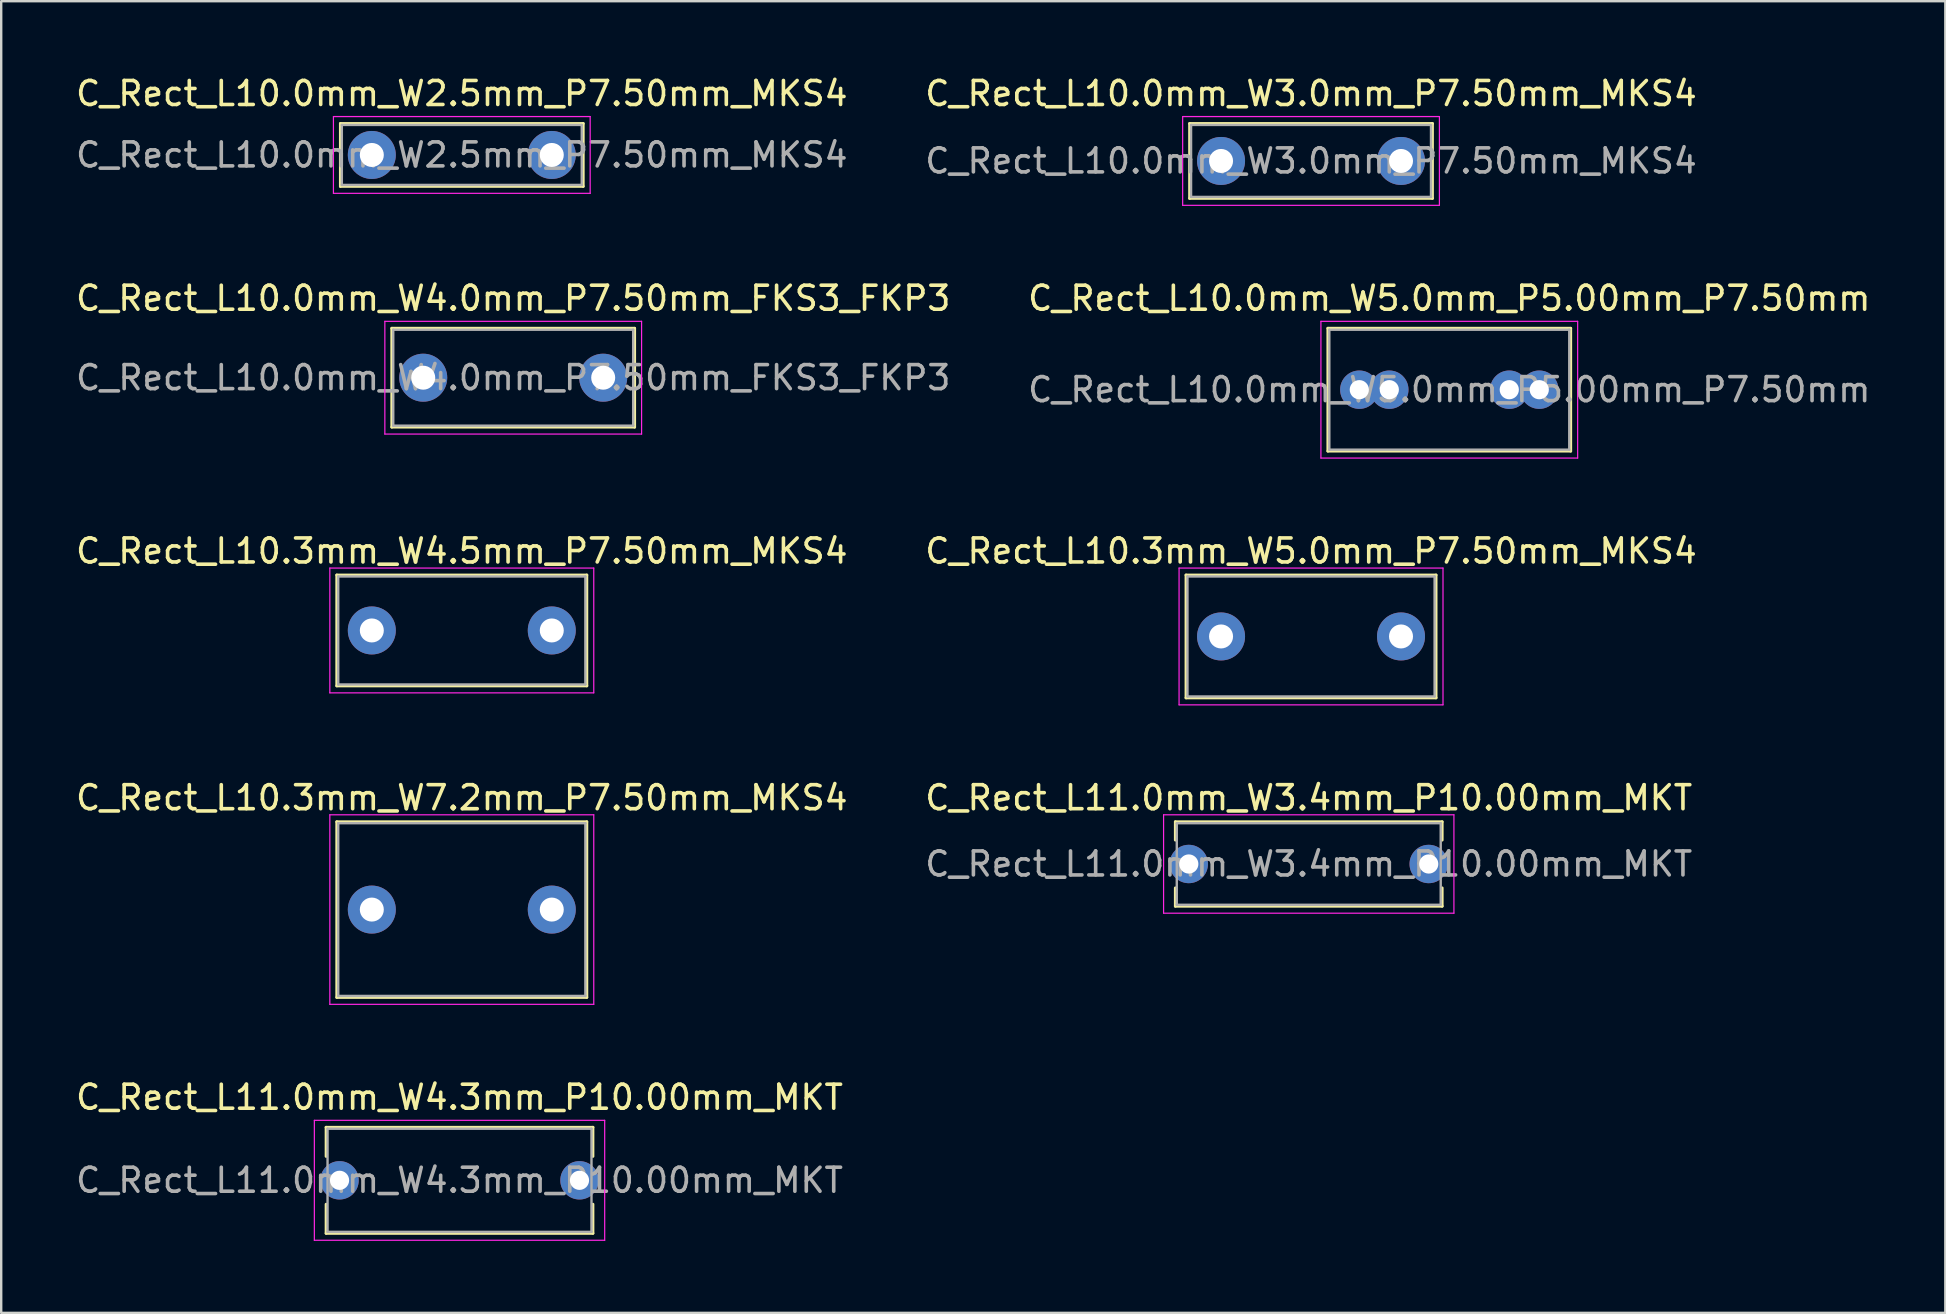
<source format=kicad_pcb>
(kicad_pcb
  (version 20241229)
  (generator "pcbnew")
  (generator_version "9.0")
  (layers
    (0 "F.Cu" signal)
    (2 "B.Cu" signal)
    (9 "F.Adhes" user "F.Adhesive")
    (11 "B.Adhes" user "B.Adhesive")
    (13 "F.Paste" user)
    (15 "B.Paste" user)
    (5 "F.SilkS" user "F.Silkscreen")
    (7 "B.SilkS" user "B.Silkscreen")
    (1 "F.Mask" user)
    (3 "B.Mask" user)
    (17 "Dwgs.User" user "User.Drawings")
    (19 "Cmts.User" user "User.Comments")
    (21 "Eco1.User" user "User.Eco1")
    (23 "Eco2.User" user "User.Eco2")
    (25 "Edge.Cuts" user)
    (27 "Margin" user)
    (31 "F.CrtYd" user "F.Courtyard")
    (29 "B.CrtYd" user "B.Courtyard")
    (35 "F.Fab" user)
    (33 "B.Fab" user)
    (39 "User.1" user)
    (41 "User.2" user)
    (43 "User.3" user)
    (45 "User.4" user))
  (footprint "C_Rect_L10.0mm_W3.0mm_P7.50mm_MKS4"
    (layer "F.Cu")
    (at 47.839 3.658)
    (property "Reference" "C_Rect_L10.0mm_W3.0mm_P7.50mm_MKS4" (at 3.75 -2.81 0) (layer "F.SilkS") (effects (font (size 1 1) (thickness 0.15))))
    (attr through_hole)
    (fp_line (start -1.31 -1.56) (end -1.31 1.56) (stroke (width 0.12) (type solid)) (layer "F.SilkS"))
    (fp_line (start -1.31 -1.56) (end 8.81 -1.56) (stroke (width 0.12) (type solid)) (layer "F.SilkS"))
    (fp_line (start -1.31 1.56) (end 8.81 1.56) (stroke (width 0.12) (type solid)) (layer "F.SilkS"))
    (fp_line (start 8.81 -1.56) (end 8.81 1.56) (stroke (width 0.12) (type solid)) (layer "F.SilkS"))
    (fp_line (start -1.6 -1.85) (end -1.6 1.85) (stroke (width 0.05) (type solid)) (layer "F.CrtYd"))
    (fp_line (start -1.6 1.85) (end 9.1 1.85) (stroke (width 0.05) (type solid)) (layer "F.CrtYd"))
    (fp_line (start 9.1 -1.85) (end -1.6 -1.85) (stroke (width 0.05) (type solid)) (layer "F.CrtYd"))
    (fp_line (start 9.1 1.85) (end 9.1 -1.85) (stroke (width 0.05) (type solid)) (layer "F.CrtYd"))
    (fp_line (start -1.25 -1.5) (end -1.25 1.5) (stroke (width 0.1) (type solid)) (layer "F.Fab"))
    (fp_line (start -1.25 1.5) (end 8.75 1.5) (stroke (width 0.1) (type solid)) (layer "F.Fab"))
    (fp_line (start 8.75 -1.5) (end -1.25 -1.5) (stroke (width 0.1) (type solid)) (layer "F.Fab"))
    (fp_line (start 8.75 1.5) (end 8.75 -1.5) (stroke (width 0.1) (type solid)) (layer "F.Fab"))
    (fp_text user "${REFERENCE}" (at 3.75 0 0) (layer "F.Fab") (effects (font (size 1 1) (thickness 0.15))))
    (pad "1" thru_hole circle (at 0 0) (size 2 2) (drill 1) (layers "*.Cu" "*.Mask"))
    (pad "2" thru_hole circle (at 7.5 0) (size 2 2) (drill 1) (layers "*.Cu" "*.Mask")))
  (footprint "C_Rect_L10.3mm_W4.5mm_P7.50mm_MKS4"
    (layer "F.Cu")
    (at 12.446 23.225)
    (property "Reference" "C_Rect_L10.3mm_W4.5mm_P7.50mm_MKS4" (at 3.75 -3.31 0) (layer "F.SilkS") (effects (font (size 1 1) (thickness 0.15))))
    (attr through_hole)
    (fp_line (start -1.46 -2.31) (end -1.46 2.31) (stroke (width 0.12) (type solid)) (layer "F.SilkS"))
    (fp_line (start -1.46 -2.31) (end 8.96 -2.31) (stroke (width 0.12) (type solid)) (layer "F.SilkS"))
    (fp_line (start -1.46 2.31) (end 8.96 2.31) (stroke (width 0.12) (type solid)) (layer "F.SilkS"))
    (fp_line (start 8.96 -2.31) (end 8.96 2.31) (stroke (width 0.12) (type solid)) (layer "F.SilkS"))
    (fp_line (start -1.75 -2.6) (end -1.75 2.6) (stroke (width 0.05) (type solid)) (layer "F.CrtYd"))
    (fp_line (start -1.75 2.6) (end 9.25 2.6) (stroke (width 0.05) (type solid)) (layer "F.CrtYd"))
    (fp_line (start 9.25 -2.6) (end -1.75 -2.6) (stroke (width 0.05) (type solid)) (layer "F.CrtYd"))
    (fp_line (start 9.25 2.6) (end 9.25 -2.6) (stroke (width 0.05) (type solid)) (layer "F.CrtYd"))
    (fp_line (start -1.4 -2.25) (end -1.4 2.25) (stroke (width 0.1) (type solid)) (layer "F.Fab"))
    (fp_line (start -1.4 2.25) (end 8.9 2.25) (stroke (width 0.1) (type solid)) (layer "F.Fab"))
    (fp_line (start 8.9 -2.25) (end -1.4 -2.25) (stroke (width 0.1) (type solid)) (layer "F.Fab"))
    (fp_line (start 8.9 2.25) (end 8.9 -2.25) (stroke (width 0.1) (type solid)) (layer "F.Fab"))
    (pad "1" thru_hole circle (at 0 0) (size 2 2) (drill 1) (layers "*.Cu" "*.Mask"))
    (pad "2" thru_hole circle (at 7.5 0) (size 2 2) (drill 1) (layers "*.Cu" "*.Mask")))
  (footprint "C_Rect_L10.0mm_W4.0mm_P7.50mm_FKS3_FKP3"
    (layer "F.Cu")
    (at 14.589 12.691)
    (property "Reference" "C_Rect_L10.0mm_W4.0mm_P7.50mm_FKS3_FKP3" (at 3.75 -3.31 0) (layer "F.SilkS") (effects (font (size 1 1) (thickness 0.15))))
    (attr through_hole)
    (fp_line (start -1.31 -2.06) (end -1.31 2.06) (stroke (width 0.12) (type solid)) (layer "F.SilkS"))
    (fp_line (start -1.31 -2.06) (end 8.81 -2.06) (stroke (width 0.12) (type solid)) (layer "F.SilkS"))
    (fp_line (start -1.31 2.06) (end 8.81 2.06) (stroke (width 0.12) (type solid)) (layer "F.SilkS"))
    (fp_line (start 8.81 -2.06) (end 8.81 2.06) (stroke (width 0.12) (type solid)) (layer "F.SilkS"))
    (fp_line (start -1.6 -2.35) (end -1.6 2.35) (stroke (width 0.05) (type solid)) (layer "F.CrtYd"))
    (fp_line (start -1.6 2.35) (end 9.1 2.35) (stroke (width 0.05) (type solid)) (layer "F.CrtYd"))
    (fp_line (start 9.1 -2.35) (end -1.6 -2.35) (stroke (width 0.05) (type solid)) (layer "F.CrtYd"))
    (fp_line (start 9.1 2.35) (end 9.1 -2.35) (stroke (width 0.05) (type solid)) (layer "F.CrtYd"))
    (fp_line (start -1.25 -2) (end -1.25 2) (stroke (width 0.1) (type solid)) (layer "F.Fab"))
    (fp_line (start -1.25 2) (end 8.75 2) (stroke (width 0.1) (type solid)) (layer "F.Fab"))
    (fp_line (start 8.75 -2) (end -1.25 -2) (stroke (width 0.1) (type solid)) (layer "F.Fab"))
    (fp_line (start 8.75 2) (end 8.75 -2) (stroke (width 0.1) (type solid)) (layer "F.Fab"))
    (fp_text user "${REFERENCE}" (at 3.75 0 0) (layer "F.Fab") (effects (font (size 1 1) (thickness 0.15))))
    (pad "1" thru_hole circle (at 0 0) (size 2 2) (drill 1) (layers "*.Cu" "*.Mask"))
    (pad "2" thru_hole circle (at 7.5 0) (size 2 2) (drill 1) (layers "*.Cu" "*.Mask")))
  (footprint "C_Rect_L10.0mm_W5.0mm_P5.00mm_P7.50mm"
    (layer "F.Cu")
    (at 53.601 13.191)
    (property "Reference" "C_Rect_L10.0mm_W5.0mm_P5.00mm_P7.50mm" (at 3.75 -3.81 0) (layer "F.SilkS") (effects (font (size 1 1) (thickness 0.15))))
    (attr through_hole)
    (fp_line (start -1.31 -2.56) (end -1.31 2.56) (stroke (width 0.12) (type solid)) (layer "F.SilkS"))
    (fp_line (start -1.31 -2.56) (end 8.81 -2.56) (stroke (width 0.12) (type solid)) (layer "F.SilkS"))
    (fp_line (start -1.31 2.56) (end 8.81 2.56) (stroke (width 0.12) (type solid)) (layer "F.SilkS"))
    (fp_line (start 8.81 -2.56) (end 8.81 2.56) (stroke (width 0.12) (type solid)) (layer "F.SilkS"))
    (fp_line (start -1.6 -2.85) (end -1.6 2.85) (stroke (width 0.05) (type solid)) (layer "F.CrtYd"))
    (fp_line (start -1.6 2.85) (end 9.1 2.85) (stroke (width 0.05) (type solid)) (layer "F.CrtYd"))
    (fp_line (start 9.1 -2.85) (end -1.6 -2.85) (stroke (width 0.05) (type solid)) (layer "F.CrtYd"))
    (fp_line (start 9.1 2.85) (end 9.1 -2.85) (stroke (width 0.05) (type solid)) (layer "F.CrtYd"))
    (fp_line (start -1.25 -2.5) (end -1.25 2.5) (stroke (width 0.1) (type solid)) (layer "F.Fab"))
    (fp_line (start -1.25 2.5) (end 8.75 2.5) (stroke (width 0.1) (type solid)) (layer "F.Fab"))
    (fp_line (start 8.75 -2.5) (end -1.25 -2.5) (stroke (width 0.1) (type solid)) (layer "F.Fab"))
    (fp_line (start 8.75 2.5) (end 8.75 -2.5) (stroke (width 0.1) (type solid)) (layer "F.Fab"))
    (fp_text user "${REFERENCE}" (at 3.75 0 0) (layer "F.Fab") (effects (font (size 1 1) (thickness 0.15))))
    (pad "1" thru_hole circle (at 0 0) (size 1.6 1.6) (drill 0.8) (layers "*.Cu" "*.Mask"))
    (pad "1" thru_hole circle (at 1.25 0) (size 1.6 1.6) (drill 0.8) (layers "*.Cu" "*.Mask"))
    (pad "2" thru_hole circle (at 6.25 0) (size 1.6 1.6) (drill 0.8) (layers "*.Cu" "*.Mask"))
    (pad "2" thru_hole circle (at 7.5 0) (size 1.6 1.6) (drill 0.8) (layers "*.Cu" "*.Mask")))
  (footprint "C_Rect_L11.0mm_W4.3mm_P10.00mm_MKT"
    (layer "F.Cu")
    (at 11.101 46.141)
    (property "Reference" "C_Rect_L11.0mm_W4.3mm_P10.00mm_MKT" (at 5 -3.46 0) (layer "F.SilkS") (effects (font (size 1 1) (thickness 0.15))))
    (attr through_hole)
    (fp_line (start -0.56 -2.21) (end -0.56 -0.996) (stroke (width 0.12) (type solid)) (layer "F.SilkS"))
    (fp_line (start -0.56 -2.21) (end 10.56 -2.21) (stroke (width 0.12) (type solid)) (layer "F.SilkS"))
    (fp_line (start -0.56 0.996) (end -0.56 2.21) (stroke (width 0.12) (type solid)) (layer "F.SilkS"))
    (fp_line (start -0.56 2.21) (end 10.56 2.21) (stroke (width 0.12) (type solid)) (layer "F.SilkS"))
    (fp_line (start 10.56 -2.21) (end 10.56 -0.996) (stroke (width 0.12) (type solid)) (layer "F.SilkS"))
    (fp_line (start 10.56 0.996) (end 10.56 2.21) (stroke (width 0.12) (type solid)) (layer "F.SilkS"))
    (fp_line (start -1.05 -2.5) (end -1.05 2.5) (stroke (width 0.05) (type solid)) (layer "F.CrtYd"))
    (fp_line (start -1.05 2.5) (end 11.05 2.5) (stroke (width 0.05) (type solid)) (layer "F.CrtYd"))
    (fp_line (start 11.05 -2.5) (end -1.05 -2.5) (stroke (width 0.05) (type solid)) (layer "F.CrtYd"))
    (fp_line (start 11.05 2.5) (end 11.05 -2.5) (stroke (width 0.05) (type solid)) (layer "F.CrtYd"))
    (fp_line (start -0.5 -2.15) (end -0.5 2.15) (stroke (width 0.1) (type solid)) (layer "F.Fab"))
    (fp_line (start -0.5 2.15) (end 10.5 2.15) (stroke (width 0.1) (type solid)) (layer "F.Fab"))
    (fp_line (start 10.5 -2.15) (end -0.5 -2.15) (stroke (width 0.1) (type solid)) (layer "F.Fab"))
    (fp_line (start 10.5 2.15) (end 10.5 -2.15) (stroke (width 0.1) (type solid)) (layer "F.Fab"))
    (fp_text user "${REFERENCE}" (at 5 0 0) (layer "F.Fab") (effects (font (size 1 1) (thickness 0.15))))
    (pad "1" thru_hole circle (at 0 0) (size 1.6 1.6) (drill 0.8) (layers "*.Cu" "*.Mask"))
    (pad "2" thru_hole circle (at 10 0) (size 1.6 1.6) (drill 0.8) (layers "*.Cu" "*.Mask")))
  (footprint "C_Rect_L11.0mm_W3.4mm_P10.00mm_MKT"
    (layer "F.Cu")
    (at 46.494 32.958)
    (property "Reference" "C_Rect_L11.0mm_W3.4mm_P10.00mm_MKT" (at 5 -2.76 0) (layer "F.SilkS") (effects (font (size 1 1) (thickness 0.15))))
    (attr through_hole)
    (fp_line (start -0.56 -1.76) (end -0.56 -0.996) (stroke (width 0.12) (type solid)) (layer "F.SilkS"))
    (fp_line (start -0.56 -1.76) (end 10.56 -1.76) (stroke (width 0.12) (type solid)) (layer "F.SilkS"))
    (fp_line (start -0.56 0.996) (end -0.56 1.76) (stroke (width 0.12) (type solid)) (layer "F.SilkS"))
    (fp_line (start -0.56 1.76) (end 10.56 1.76) (stroke (width 0.12) (type solid)) (layer "F.SilkS"))
    (fp_line (start 10.56 -1.76) (end 10.56 -0.996) (stroke (width 0.12) (type solid)) (layer "F.SilkS"))
    (fp_line (start 10.56 0.996) (end 10.56 1.76) (stroke (width 0.12) (type solid)) (layer "F.SilkS"))
    (fp_line (start -1.05 -2.05) (end -1.05 2.05) (stroke (width 0.05) (type solid)) (layer "F.CrtYd"))
    (fp_line (start -1.05 2.05) (end 11.05 2.05) (stroke (width 0.05) (type solid)) (layer "F.CrtYd"))
    (fp_line (start 11.05 -2.05) (end -1.05 -2.05) (stroke (width 0.05) (type solid)) (layer "F.CrtYd"))
    (fp_line (start 11.05 2.05) (end 11.05 -2.05) (stroke (width 0.05) (type solid)) (layer "F.CrtYd"))
    (fp_line (start -0.5 -1.7) (end -0.5 1.7) (stroke (width 0.1) (type solid)) (layer "F.Fab"))
    (fp_line (start -0.5 1.7) (end 10.5 1.7) (stroke (width 0.1) (type solid)) (layer "F.Fab"))
    (fp_line (start 10.5 -1.7) (end -0.5 -1.7) (stroke (width 0.1) (type solid)) (layer "F.Fab"))
    (fp_line (start 10.5 1.7) (end 10.5 -1.7) (stroke (width 0.1) (type solid)) (layer "F.Fab"))
    (fp_text user "${REFERENCE}" (at 5 0 0) (layer "F.Fab") (effects (font (size 1 1) (thickness 0.15))))
    (pad "1" thru_hole circle (at 0 0) (size 1.6 1.6) (drill 0.8) (layers "*.Cu" "*.Mask"))
    (pad "2" thru_hole circle (at 10 0) (size 1.6 1.6) (drill 0.8) (layers "*.Cu" "*.Mask")))
  (footprint "C_Rect_L10.3mm_W7.2mm_P7.50mm_MKS4"
    (layer "F.Cu")
    (at 12.446 34.858)
    (property "Reference" "C_Rect_L10.3mm_W7.2mm_P7.50mm_MKS4" (at 3.75 -4.66 0) (layer "F.SilkS") (effects (font (size 1 1) (thickness 0.15))))
    (attr through_hole)
    (fp_line (start -1.46 -3.66) (end -1.46 3.66) (stroke (width 0.12) (type solid)) (layer "F.SilkS"))
    (fp_line (start -1.46 -3.66) (end 8.96 -3.66) (stroke (width 0.12) (type solid)) (layer "F.SilkS"))
    (fp_line (start -1.46 3.66) (end 8.96 3.66) (stroke (width 0.12) (type solid)) (layer "F.SilkS"))
    (fp_line (start 8.96 -3.66) (end 8.96 3.66) (stroke (width 0.12) (type solid)) (layer "F.SilkS"))
    (fp_line (start -1.75 -3.95) (end -1.75 3.95) (stroke (width 0.05) (type solid)) (layer "F.CrtYd"))
    (fp_line (start -1.75 3.95) (end 9.25 3.95) (stroke (width 0.05) (type solid)) (layer "F.CrtYd"))
    (fp_line (start 9.25 -3.95) (end -1.75 -3.95) (stroke (width 0.05) (type solid)) (layer "F.CrtYd"))
    (fp_line (start 9.25 3.95) (end 9.25 -3.95) (stroke (width 0.05) (type solid)) (layer "F.CrtYd"))
    (fp_line (start -1.4 -3.6) (end -1.4 3.6) (stroke (width 0.1) (type solid)) (layer "F.Fab"))
    (fp_line (start -1.4 3.6) (end 8.9 3.6) (stroke (width 0.1) (type solid)) (layer "F.Fab"))
    (fp_line (start 8.9 -3.6) (end -1.4 -3.6) (stroke (width 0.1) (type solid)) (layer "F.Fab"))
    (fp_line (start 8.9 3.6) (end 8.9 -3.6) (stroke (width 0.1) (type solid)) (layer "F.Fab"))
    (pad "1" thru_hole circle (at 0 0) (size 2 2) (drill 1) (layers "*.Cu" "*.Mask"))
    (pad "2" thru_hole circle (at 7.5 0) (size 2 2) (drill 1) (layers "*.Cu" "*.Mask")))
  (footprint "C_Rect_L10.0mm_W2.5mm_P7.50mm_MKS4"
    (layer "F.Cu")
    (at 12.446 3.408)
    (property "Reference" "C_Rect_L10.0mm_W2.5mm_P7.50mm_MKS4" (at 3.75 -2.56 0) (layer "F.SilkS") (effects (font (size 1 1) (thickness 0.15))))
    (attr through_hole)
    (fp_line (start -1.31 -1.31) (end -1.31 1.31) (stroke (width 0.12) (type solid)) (layer "F.SilkS"))
    (fp_line (start -1.31 -1.31) (end 8.81 -1.31) (stroke (width 0.12) (type solid)) (layer "F.SilkS"))
    (fp_line (start -1.31 1.31) (end 8.81 1.31) (stroke (width 0.12) (type solid)) (layer "F.SilkS"))
    (fp_line (start 8.81 -1.31) (end 8.81 1.31) (stroke (width 0.12) (type solid)) (layer "F.SilkS"))
    (fp_line (start -1.6 -1.6) (end -1.6 1.6) (stroke (width 0.05) (type solid)) (layer "F.CrtYd"))
    (fp_line (start -1.6 1.6) (end 9.1 1.6) (stroke (width 0.05) (type solid)) (layer "F.CrtYd"))
    (fp_line (start 9.1 -1.6) (end -1.6 -1.6) (stroke (width 0.05) (type solid)) (layer "F.CrtYd"))
    (fp_line (start 9.1 1.6) (end 9.1 -1.6) (stroke (width 0.05) (type solid)) (layer "F.CrtYd"))
    (fp_line (start -1.25 -1.25) (end -1.25 1.25) (stroke (width 0.1) (type solid)) (layer "F.Fab"))
    (fp_line (start -1.25 1.25) (end 8.75 1.25) (stroke (width 0.1) (type solid)) (layer "F.Fab"))
    (fp_line (start 8.75 -1.25) (end -1.25 -1.25) (stroke (width 0.1) (type solid)) (layer "F.Fab"))
    (fp_line (start 8.75 1.25) (end 8.75 -1.25) (stroke (width 0.1) (type solid)) (layer "F.Fab"))
    (fp_text user "${REFERENCE}" (at 3.75 0 0) (layer "F.Fab") (effects (font (size 1 1) (thickness 0.15))))
    (pad "1" thru_hole circle (at 0 0) (size 2 2) (drill 1) (layers "*.Cu" "*.Mask"))
    (pad "2" thru_hole circle (at 7.5 0) (size 2 2) (drill 1) (layers "*.Cu" "*.Mask")))
  (footprint "C_Rect_L10.3mm_W5.0mm_P7.50mm_MKS4"
    (layer "F.Cu")
    (at 47.839 23.475)
    (property "Reference" "C_Rect_L10.3mm_W5.0mm_P7.50mm_MKS4" (at 3.75 -3.56 0) (layer "F.SilkS") (effects (font (size 1 1) (thickness 0.15))))
    (attr through_hole)
    (fp_line (start -1.46 -2.56) (end -1.46 2.56) (stroke (width 0.12) (type solid)) (layer "F.SilkS"))
    (fp_line (start -1.46 -2.56) (end 8.96 -2.56) (stroke (width 0.12) (type solid)) (layer "F.SilkS"))
    (fp_line (start -1.46 2.56) (end 8.96 2.56) (stroke (width 0.12) (type solid)) (layer "F.SilkS"))
    (fp_line (start 8.96 -2.56) (end 8.96 2.56) (stroke (width 0.12) (type solid)) (layer "F.SilkS"))
    (fp_line (start -1.75 -2.85) (end -1.75 2.85) (stroke (width 0.05) (type solid)) (layer "F.CrtYd"))
    (fp_line (start -1.75 2.85) (end 9.25 2.85) (stroke (width 0.05) (type solid)) (layer "F.CrtYd"))
    (fp_line (start 9.25 -2.85) (end -1.75 -2.85) (stroke (width 0.05) (type solid)) (layer "F.CrtYd"))
    (fp_line (start 9.25 2.85) (end 9.25 -2.85) (stroke (width 0.05) (type solid)) (layer "F.CrtYd"))
    (fp_line (start -1.4 -2.5) (end -1.4 2.5) (stroke (width 0.1) (type solid)) (layer "F.Fab"))
    (fp_line (start -1.4 2.5) (end 8.9 2.5) (stroke (width 0.1) (type solid)) (layer "F.Fab"))
    (fp_line (start 8.9 -2.5) (end -1.4 -2.5) (stroke (width 0.1) (type solid)) (layer "F.Fab"))
    (fp_line (start 8.9 2.5) (end 8.9 -2.5) (stroke (width 0.1) (type solid)) (layer "F.Fab"))
    (pad "1" thru_hole circle (at 0 0) (size 2 2) (drill 1) (layers "*.Cu" "*.Mask"))
    (pad "2" thru_hole circle (at 7.5 0) (size 2 2) (drill 1) (layers "*.Cu" "*.Mask")))
  (gr_rect
    (start -3 -3)
    (end 78.024 51.666)
    (stroke (width 0.1) (type default))
    (fill no)
    (layer "Edge.Cuts")))
</source>
